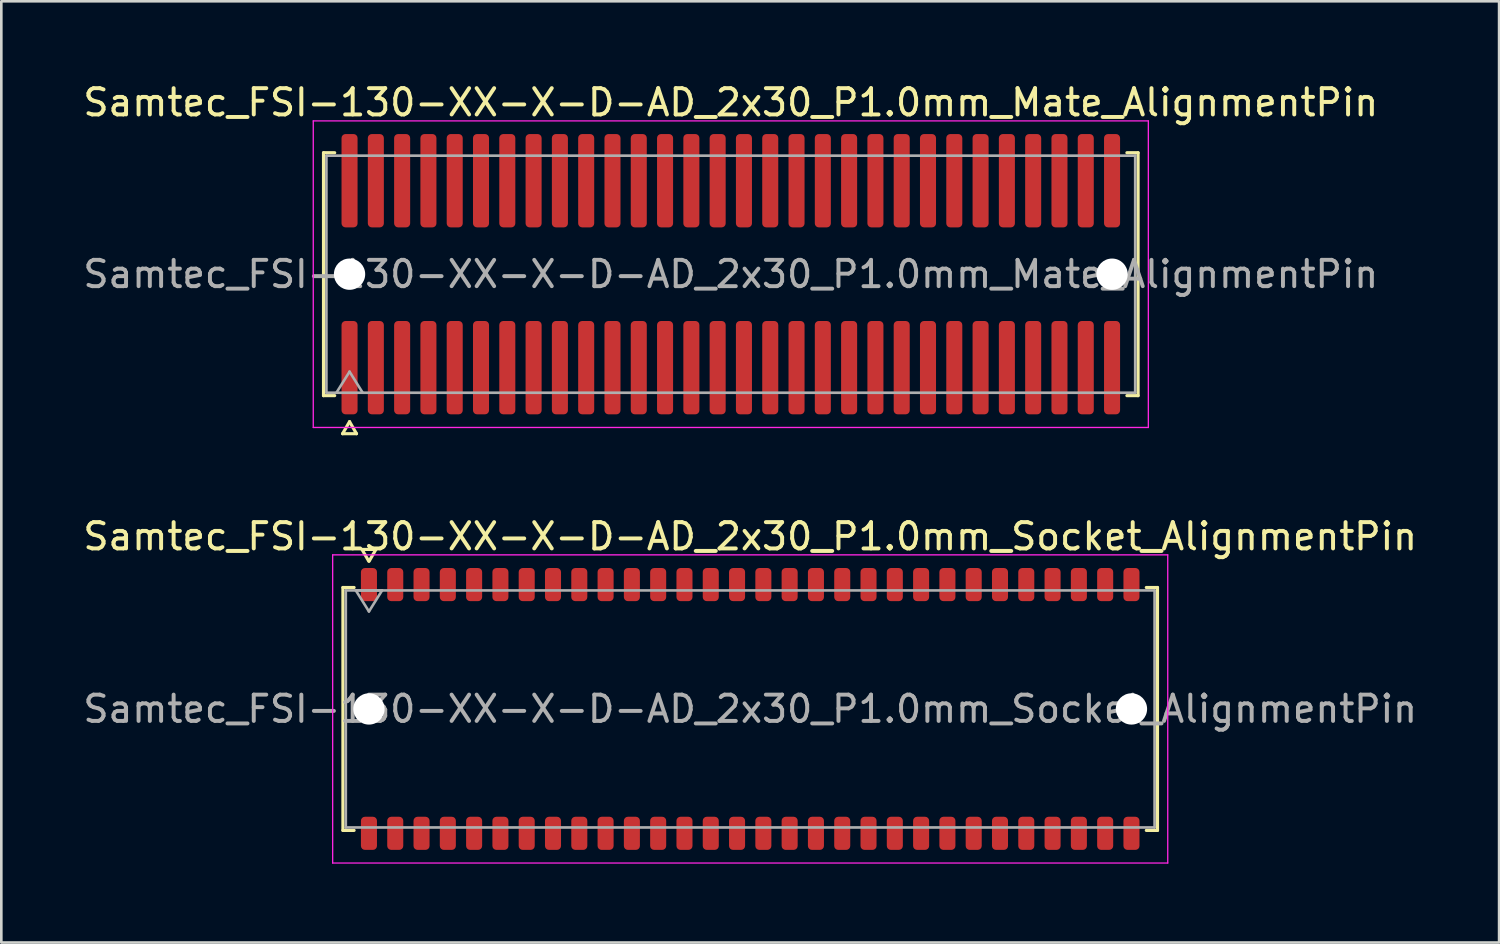
<source format=kicad_pcb>
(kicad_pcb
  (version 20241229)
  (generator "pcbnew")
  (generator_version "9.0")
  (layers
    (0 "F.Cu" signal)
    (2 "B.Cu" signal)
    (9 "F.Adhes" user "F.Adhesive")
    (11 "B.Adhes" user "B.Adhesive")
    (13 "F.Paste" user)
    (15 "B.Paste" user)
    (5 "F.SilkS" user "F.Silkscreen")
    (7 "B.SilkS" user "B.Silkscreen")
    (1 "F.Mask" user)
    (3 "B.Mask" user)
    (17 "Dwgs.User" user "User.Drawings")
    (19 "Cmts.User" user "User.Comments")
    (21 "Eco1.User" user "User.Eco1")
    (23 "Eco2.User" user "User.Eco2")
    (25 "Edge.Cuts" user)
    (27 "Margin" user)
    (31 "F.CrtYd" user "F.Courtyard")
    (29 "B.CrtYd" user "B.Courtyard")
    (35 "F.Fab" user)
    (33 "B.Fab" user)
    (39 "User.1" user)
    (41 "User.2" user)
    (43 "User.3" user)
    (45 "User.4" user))
  (footprint "Samtec_FSI-130-XX-X-D-AD_2x30_P1.0mm_Socket_AlignmentPin"
    (layer "F.Cu")
    (at 25.482 23.913)
    (property "Reference" "Samtec_FSI-130-XX-X-D-AD_2x30_P1.0mm_Socket_AlignmentPin" (at 0 -6.56 0) (layer "F.SilkS") (effects (font (size 1 1) (thickness 0.15))))
    (attr smd)
    (fp_line (start -15.49 -4.619) (end -15.065 -4.619) (stroke (width 0.12) (type solid)) (layer "F.SilkS"))
    (fp_line (start -15.49 4.619) (end -15.49 -4.619) (stroke (width 0.12) (type solid)) (layer "F.SilkS"))
    (fp_line (start -15.065 4.619) (end -15.49 4.619) (stroke (width 0.12) (type solid)) (layer "F.SilkS"))
    (fp_line (start -14.764 -6.066) (end -14.507 -5.62) (stroke (width 0.12) (type solid)) (layer "F.SilkS"))
    (fp_line (start -14.493 -5.62) (end -14.236 -6.066) (stroke (width 0.12) (type solid)) (layer "F.SilkS"))
    (fp_line (start -14.236 -6.066) (end -14.764 -6.066) (stroke (width 0.12) (type solid)) (layer "F.SilkS"))
    (fp_line (start 15.065 -4.619) (end 15.49 -4.619) (stroke (width 0.12) (type solid)) (layer "F.SilkS"))
    (fp_line (start 15.49 -4.619) (end 15.49 4.619) (stroke (width 0.12) (type solid)) (layer "F.SilkS"))
    (fp_line (start 15.49 4.619) (end 15.065 4.619) (stroke (width 0.12) (type solid)) (layer "F.SilkS"))
    (fp_line (start -15.88 -5.86) (end -15.88 5.86) (stroke (width 0.05) (type solid)) (layer "F.CrtYd"))
    (fp_line (start -15.88 5.86) (end 15.88 5.86) (stroke (width 0.05) (type solid)) (layer "F.CrtYd"))
    (fp_line (start 15.88 -5.86) (end -15.88 -5.86) (stroke (width 0.05) (type solid)) (layer "F.CrtYd"))
    (fp_line (start 15.88 5.86) (end 15.88 -5.86) (stroke (width 0.05) (type solid)) (layer "F.CrtYd"))
    (fp_line (start -15.38 -4.508) (end 15.38 -4.508) (stroke (width 0.1) (type solid)) (layer "F.Fab"))
    (fp_line (start -15.38 4.508) (end -15.38 -4.508) (stroke (width 0.1) (type solid)) (layer "F.Fab"))
    (fp_line (start -15 -4.508) (end -14.5 -3.708) (stroke (width 0.1) (type solid)) (layer "F.Fab"))
    (fp_line (start -14.5 -3.708) (end -14 -4.508) (stroke (width 0.1) (type solid)) (layer "F.Fab"))
    (fp_line (start -14 -4.508) (end -15 -4.508) (stroke (width 0.1) (type solid)) (layer "F.Fab"))
    (fp_line (start 15.38 -4.508) (end 15.38 4.508) (stroke (width 0.1) (type solid)) (layer "F.Fab"))
    (fp_line (start 15.38 4.508) (end -15.38 4.508) (stroke (width 0.1) (type solid)) (layer "F.Fab"))
    (fp_text user "${REFERENCE}" (at 0 0 0) (layer "F.Fab") (effects (font (size 1 1) (thickness 0.15))))
    (pad "" np_thru_hole circle (at -14.5 0) (size 1.19 1.19) (drill 1.19) (layers "*.Cu" "*.Mask"))
    (pad "" np_thru_hole circle (at 14.5 0) (size 1.19 1.19) (drill 1.19) (layers "*.Cu" "*.Mask"))
    (pad "1" smd roundrect (at -14.5 -4.73) (size 0.61 1.26) (layers "F.Cu" "F.Mask" "F.Paste") (roundrect_rratio 0.25))
    (pad "2" smd roundrect (at -14.5 4.73) (size 0.61 1.26) (layers "F.Cu" "F.Mask" "F.Paste") (roundrect_rratio 0.25))
    (pad "3" smd roundrect (at -13.5 -4.73) (size 0.61 1.26) (layers "F.Cu" "F.Mask" "F.Paste") (roundrect_rratio 0.25))
    (pad "4" smd roundrect (at -13.5 4.73) (size 0.61 1.26) (layers "F.Cu" "F.Mask" "F.Paste") (roundrect_rratio 0.25))
    (pad "5" smd roundrect (at -12.5 -4.73) (size 0.61 1.26) (layers "F.Cu" "F.Mask" "F.Paste") (roundrect_rratio 0.25))
    (pad "6" smd roundrect (at -12.5 4.73) (size 0.61 1.26) (layers "F.Cu" "F.Mask" "F.Paste") (roundrect_rratio 0.25))
    (pad "7" smd roundrect (at -11.5 -4.73) (size 0.61 1.26) (layers "F.Cu" "F.Mask" "F.Paste") (roundrect_rratio 0.25))
    (pad "8" smd roundrect (at -11.5 4.73) (size 0.61 1.26) (layers "F.Cu" "F.Mask" "F.Paste") (roundrect_rratio 0.25))
    (pad "9" smd roundrect (at -10.5 -4.73) (size 0.61 1.26) (layers "F.Cu" "F.Mask" "F.Paste") (roundrect_rratio 0.25))
    (pad "10" smd roundrect (at -10.5 4.73) (size 0.61 1.26) (layers "F.Cu" "F.Mask" "F.Paste") (roundrect_rratio 0.25))
    (pad "11" smd roundrect (at -9.5 -4.73) (size 0.61 1.26) (layers "F.Cu" "F.Mask" "F.Paste") (roundrect_rratio 0.25))
    (pad "12" smd roundrect (at -9.5 4.73) (size 0.61 1.26) (layers "F.Cu" "F.Mask" "F.Paste") (roundrect_rratio 0.25))
    (pad "13" smd roundrect (at -8.5 -4.73) (size 0.61 1.26) (layers "F.Cu" "F.Mask" "F.Paste") (roundrect_rratio 0.25))
    (pad "14" smd roundrect (at -8.5 4.73) (size 0.61 1.26) (layers "F.Cu" "F.Mask" "F.Paste") (roundrect_rratio 0.25))
    (pad "15" smd roundrect (at -7.5 -4.73) (size 0.61 1.26) (layers "F.Cu" "F.Mask" "F.Paste") (roundrect_rratio 0.25))
    (pad "16" smd roundrect (at -7.5 4.73) (size 0.61 1.26) (layers "F.Cu" "F.Mask" "F.Paste") (roundrect_rratio 0.25))
    (pad "17" smd roundrect (at -6.5 -4.73) (size 0.61 1.26) (layers "F.Cu" "F.Mask" "F.Paste") (roundrect_rratio 0.25))
    (pad "18" smd roundrect (at -6.5 4.73) (size 0.61 1.26) (layers "F.Cu" "F.Mask" "F.Paste") (roundrect_rratio 0.25))
    (pad "19" smd roundrect (at -5.5 -4.73) (size 0.61 1.26) (layers "F.Cu" "F.Mask" "F.Paste") (roundrect_rratio 0.25))
    (pad "20" smd roundrect (at -5.5 4.73) (size 0.61 1.26) (layers "F.Cu" "F.Mask" "F.Paste") (roundrect_rratio 0.25))
    (pad "21" smd roundrect (at -4.5 -4.73) (size 0.61 1.26) (layers "F.Cu" "F.Mask" "F.Paste") (roundrect_rratio 0.25))
    (pad "22" smd roundrect (at -4.5 4.73) (size 0.61 1.26) (layers "F.Cu" "F.Mask" "F.Paste") (roundrect_rratio 0.25))
    (pad "23" smd roundrect (at -3.5 -4.73) (size 0.61 1.26) (layers "F.Cu" "F.Mask" "F.Paste") (roundrect_rratio 0.25))
    (pad "24" smd roundrect (at -3.5 4.73) (size 0.61 1.26) (layers "F.Cu" "F.Mask" "F.Paste") (roundrect_rratio 0.25))
    (pad "25" smd roundrect (at -2.5 -4.73) (size 0.61 1.26) (layers "F.Cu" "F.Mask" "F.Paste") (roundrect_rratio 0.25))
    (pad "26" smd roundrect (at -2.5 4.73) (size 0.61 1.26) (layers "F.Cu" "F.Mask" "F.Paste") (roundrect_rratio 0.25))
    (pad "27" smd roundrect (at -1.5 -4.73) (size 0.61 1.26) (layers "F.Cu" "F.Mask" "F.Paste") (roundrect_rratio 0.25))
    (pad "28" smd roundrect (at -1.5 4.73) (size 0.61 1.26) (layers "F.Cu" "F.Mask" "F.Paste") (roundrect_rratio 0.25))
    (pad "29" smd roundrect (at -0.5 -4.73) (size 0.61 1.26) (layers "F.Cu" "F.Mask" "F.Paste") (roundrect_rratio 0.25))
    (pad "30" smd roundrect (at -0.5 4.73) (size 0.61 1.26) (layers "F.Cu" "F.Mask" "F.Paste") (roundrect_rratio 0.25))
    (pad "31" smd roundrect (at 0.5 -4.73) (size 0.61 1.26) (layers "F.Cu" "F.Mask" "F.Paste") (roundrect_rratio 0.25))
    (pad "32" smd roundrect (at 0.5 4.73) (size 0.61 1.26) (layers "F.Cu" "F.Mask" "F.Paste") (roundrect_rratio 0.25))
    (pad "33" smd roundrect (at 1.5 -4.73) (size 0.61 1.26) (layers "F.Cu" "F.Mask" "F.Paste") (roundrect_rratio 0.25))
    (pad "34" smd roundrect (at 1.5 4.73) (size 0.61 1.26) (layers "F.Cu" "F.Mask" "F.Paste") (roundrect_rratio 0.25))
    (pad "35" smd roundrect (at 2.5 -4.73) (size 0.61 1.26) (layers "F.Cu" "F.Mask" "F.Paste") (roundrect_rratio 0.25))
    (pad "36" smd roundrect (at 2.5 4.73) (size 0.61 1.26) (layers "F.Cu" "F.Mask" "F.Paste") (roundrect_rratio 0.25))
    (pad "37" smd roundrect (at 3.5 -4.73) (size 0.61 1.26) (layers "F.Cu" "F.Mask" "F.Paste") (roundrect_rratio 0.25))
    (pad "38" smd roundrect (at 3.5 4.73) (size 0.61 1.26) (layers "F.Cu" "F.Mask" "F.Paste") (roundrect_rratio 0.25))
    (pad "39" smd roundrect (at 4.5 -4.73) (size 0.61 1.26) (layers "F.Cu" "F.Mask" "F.Paste") (roundrect_rratio 0.25))
    (pad "40" smd roundrect (at 4.5 4.73) (size 0.61 1.26) (layers "F.Cu" "F.Mask" "F.Paste") (roundrect_rratio 0.25))
    (pad "41" smd roundrect (at 5.5 -4.73) (size 0.61 1.26) (layers "F.Cu" "F.Mask" "F.Paste") (roundrect_rratio 0.25))
    (pad "42" smd roundrect (at 5.5 4.73) (size 0.61 1.26) (layers "F.Cu" "F.Mask" "F.Paste") (roundrect_rratio 0.25))
    (pad "43" smd roundrect (at 6.5 -4.73) (size 0.61 1.26) (layers "F.Cu" "F.Mask" "F.Paste") (roundrect_rratio 0.25))
    (pad "44" smd roundrect (at 6.5 4.73) (size 0.61 1.26) (layers "F.Cu" "F.Mask" "F.Paste") (roundrect_rratio 0.25))
    (pad "45" smd roundrect (at 7.5 -4.73) (size 0.61 1.26) (layers "F.Cu" "F.Mask" "F.Paste") (roundrect_rratio 0.25))
    (pad "46" smd roundrect (at 7.5 4.73) (size 0.61 1.26) (layers "F.Cu" "F.Mask" "F.Paste") (roundrect_rratio 0.25))
    (pad "47" smd roundrect (at 8.5 -4.73) (size 0.61 1.26) (layers "F.Cu" "F.Mask" "F.Paste") (roundrect_rratio 0.25))
    (pad "48" smd roundrect (at 8.5 4.73) (size 0.61 1.26) (layers "F.Cu" "F.Mask" "F.Paste") (roundrect_rratio 0.25))
    (pad "49" smd roundrect (at 9.5 -4.73) (size 0.61 1.26) (layers "F.Cu" "F.Mask" "F.Paste") (roundrect_rratio 0.25))
    (pad "50" smd roundrect (at 9.5 4.73) (size 0.61 1.26) (layers "F.Cu" "F.Mask" "F.Paste") (roundrect_rratio 0.25))
    (pad "51" smd roundrect (at 10.5 -4.73) (size 0.61 1.26) (layers "F.Cu" "F.Mask" "F.Paste") (roundrect_rratio 0.25))
    (pad "52" smd roundrect (at 10.5 4.73) (size 0.61 1.26) (layers "F.Cu" "F.Mask" "F.Paste") (roundrect_rratio 0.25))
    (pad "53" smd roundrect (at 11.5 -4.73) (size 0.61 1.26) (layers "F.Cu" "F.Mask" "F.Paste") (roundrect_rratio 0.25))
    (pad "54" smd roundrect (at 11.5 4.73) (size 0.61 1.26) (layers "F.Cu" "F.Mask" "F.Paste") (roundrect_rratio 0.25))
    (pad "55" smd roundrect (at 12.5 -4.73) (size 0.61 1.26) (layers "F.Cu" "F.Mask" "F.Paste") (roundrect_rratio 0.25))
    (pad "56" smd roundrect (at 12.5 4.73) (size 0.61 1.26) (layers "F.Cu" "F.Mask" "F.Paste") (roundrect_rratio 0.25))
    (pad "57" smd roundrect (at 13.5 -4.73) (size 0.61 1.26) (layers "F.Cu" "F.Mask" "F.Paste") (roundrect_rratio 0.25))
    (pad "58" smd roundrect (at 13.5 4.73) (size 0.61 1.26) (layers "F.Cu" "F.Mask" "F.Paste") (roundrect_rratio 0.25))
    (pad "59" smd roundrect (at 14.5 -4.73) (size 0.61 1.26) (layers "F.Cu" "F.Mask" "F.Paste") (roundrect_rratio 0.25))
    (pad "60" smd roundrect (at 14.5 4.73) (size 0.61 1.26) (layers "F.Cu" "F.Mask" "F.Paste") (roundrect_rratio 0.25)))
  (footprint "Samtec_FSI-130-XX-X-D-AD_2x30_P1.0mm_Mate_AlignmentPin"
    (layer "F.Cu")
    (at 24.744 7.378)
    (property "Reference" "Samtec_FSI-130-XX-X-D-AD_2x30_P1.0mm_Mate_AlignmentPin" (at 0 -6.53 0) (layer "F.SilkS") (effects (font (size 1 1) (thickness 0.15))))
    (attr smd exclude_from_pos_files exclude_from_bom)
    (fp_line (start -15.49 -4.619) (end -15.065 -4.619) (stroke (width 0.12) (type solid)) (layer "F.SilkS"))
    (fp_line (start -15.49 4.619) (end -15.49 -4.619) (stroke (width 0.12) (type solid)) (layer "F.SilkS"))
    (fp_line (start -15.065 4.619) (end -15.49 4.619) (stroke (width 0.12) (type solid)) (layer "F.SilkS"))
    (fp_line (start -14.764 6.066) (end -14.5 5.609) (stroke (width 0.12) (type solid)) (layer "F.SilkS"))
    (fp_line (start -14.5 5.609) (end -14.236 6.066) (stroke (width 0.12) (type solid)) (layer "F.SilkS"))
    (fp_line (start -14.236 6.066) (end -14.764 6.066) (stroke (width 0.12) (type solid)) (layer "F.SilkS"))
    (fp_line (start 15.065 -4.619) (end 15.49 -4.619) (stroke (width 0.12) (type solid)) (layer "F.SilkS"))
    (fp_line (start 15.49 -4.619) (end 15.49 4.619) (stroke (width 0.12) (type solid)) (layer "F.SilkS"))
    (fp_line (start 15.49 4.619) (end 15.065 4.619) (stroke (width 0.12) (type solid)) (layer "F.SilkS"))
    (fp_line (start -15.88 -5.83) (end -15.88 5.83) (stroke (width 0.05) (type solid)) (layer "F.CrtYd"))
    (fp_line (start -15.88 5.83) (end 15.88 5.83) (stroke (width 0.05) (type solid)) (layer "F.CrtYd"))
    (fp_line (start 15.88 -5.83) (end -15.88 -5.83) (stroke (width 0.05) (type solid)) (layer "F.CrtYd"))
    (fp_line (start 15.88 5.83) (end 15.88 -5.83) (stroke (width 0.05) (type solid)) (layer "F.CrtYd"))
    (fp_line (start -15.38 -4.508) (end 15.38 -4.508) (stroke (width 0.1) (type solid)) (layer "F.Fab"))
    (fp_line (start -15.38 4.508) (end -15.38 -4.508) (stroke (width 0.1) (type solid)) (layer "F.Fab"))
    (fp_line (start -15 4.508) (end -14.5 3.708) (stroke (width 0.1) (type solid)) (layer "F.Fab"))
    (fp_line (start -14.5 3.708) (end -14 4.508) (stroke (width 0.1) (type solid)) (layer "F.Fab"))
    (fp_line (start 15.38 -4.508) (end 15.38 4.508) (stroke (width 0.1) (type solid)) (layer "F.Fab"))
    (fp_line (start 15.38 4.508) (end -15.38 4.508) (stroke (width 0.1) (type solid)) (layer "F.Fab"))
    (fp_text user "${REFERENCE}" (at 0 0 0) (layer "F.Fab") (effects (font (size 1 1) (thickness 0.15))))
    (pad "" np_thru_hole circle (at -14.5 0) (size 1.19 1.19) (drill 1.19) (layers "*.Cu" "*.Mask"))
    (pad "" np_thru_hole circle (at 14.5 0) (size 1.19 1.19) (drill 1.19) (layers "*.Cu" "*.Mask"))
    (pad "1" smd roundrect (at -14.5 3.555) (size 0.61 3.55) (layers "F.Cu" "F.Mask") (roundrect_rratio 0.25))
    (pad "2" smd roundrect (at -14.5 -3.555) (size 0.61 3.55) (layers "F.Cu" "F.Mask") (roundrect_rratio 0.25))
    (pad "3" smd roundrect (at -13.5 3.555) (size 0.61 3.55) (layers "F.Cu" "F.Mask") (roundrect_rratio 0.25))
    (pad "4" smd roundrect (at -13.5 -3.555) (size 0.61 3.55) (layers "F.Cu" "F.Mask") (roundrect_rratio 0.25))
    (pad "5" smd roundrect (at -12.5 3.555) (size 0.61 3.55) (layers "F.Cu" "F.Mask") (roundrect_rratio 0.25))
    (pad "6" smd roundrect (at -12.5 -3.555) (size 0.61 3.55) (layers "F.Cu" "F.Mask") (roundrect_rratio 0.25))
    (pad "7" smd roundrect (at -11.5 3.555) (size 0.61 3.55) (layers "F.Cu" "F.Mask") (roundrect_rratio 0.25))
    (pad "8" smd roundrect (at -11.5 -3.555) (size 0.61 3.55) (layers "F.Cu" "F.Mask") (roundrect_rratio 0.25))
    (pad "9" smd roundrect (at -10.5 3.555) (size 0.61 3.55) (layers "F.Cu" "F.Mask") (roundrect_rratio 0.25))
    (pad "10" smd roundrect (at -10.5 -3.555) (size 0.61 3.55) (layers "F.Cu" "F.Mask") (roundrect_rratio 0.25))
    (pad "11" smd roundrect (at -9.5 3.555) (size 0.61 3.55) (layers "F.Cu" "F.Mask") (roundrect_rratio 0.25))
    (pad "12" smd roundrect (at -9.5 -3.555) (size 0.61 3.55) (layers "F.Cu" "F.Mask") (roundrect_rratio 0.25))
    (pad "13" smd roundrect (at -8.5 3.555) (size 0.61 3.55) (layers "F.Cu" "F.Mask") (roundrect_rratio 0.25))
    (pad "14" smd roundrect (at -8.5 -3.555) (size 0.61 3.55) (layers "F.Cu" "F.Mask") (roundrect_rratio 0.25))
    (pad "15" smd roundrect (at -7.5 3.555) (size 0.61 3.55) (layers "F.Cu" "F.Mask") (roundrect_rratio 0.25))
    (pad "16" smd roundrect (at -7.5 -3.555) (size 0.61 3.55) (layers "F.Cu" "F.Mask") (roundrect_rratio 0.25))
    (pad "17" smd roundrect (at -6.5 3.555) (size 0.61 3.55) (layers "F.Cu" "F.Mask") (roundrect_rratio 0.25))
    (pad "18" smd roundrect (at -6.5 -3.555) (size 0.61 3.55) (layers "F.Cu" "F.Mask") (roundrect_rratio 0.25))
    (pad "19" smd roundrect (at -5.5 3.555) (size 0.61 3.55) (layers "F.Cu" "F.Mask") (roundrect_rratio 0.25))
    (pad "20" smd roundrect (at -5.5 -3.555) (size 0.61 3.55) (layers "F.Cu" "F.Mask") (roundrect_rratio 0.25))
    (pad "21" smd roundrect (at -4.5 3.555) (size 0.61 3.55) (layers "F.Cu" "F.Mask") (roundrect_rratio 0.25))
    (pad "22" smd roundrect (at -4.5 -3.555) (size 0.61 3.55) (layers "F.Cu" "F.Mask") (roundrect_rratio 0.25))
    (pad "23" smd roundrect (at -3.5 3.555) (size 0.61 3.55) (layers "F.Cu" "F.Mask") (roundrect_rratio 0.25))
    (pad "24" smd roundrect (at -3.5 -3.555) (size 0.61 3.55) (layers "F.Cu" "F.Mask") (roundrect_rratio 0.25))
    (pad "25" smd roundrect (at -2.5 3.555) (size 0.61 3.55) (layers "F.Cu" "F.Mask") (roundrect_rratio 0.25))
    (pad "26" smd roundrect (at -2.5 -3.555) (size 0.61 3.55) (layers "F.Cu" "F.Mask") (roundrect_rratio 0.25))
    (pad "27" smd roundrect (at -1.5 3.555) (size 0.61 3.55) (layers "F.Cu" "F.Mask") (roundrect_rratio 0.25))
    (pad "28" smd roundrect (at -1.5 -3.555) (size 0.61 3.55) (layers "F.Cu" "F.Mask") (roundrect_rratio 0.25))
    (pad "29" smd roundrect (at -0.5 3.555) (size 0.61 3.55) (layers "F.Cu" "F.Mask") (roundrect_rratio 0.25))
    (pad "30" smd roundrect (at -0.5 -3.555) (size 0.61 3.55) (layers "F.Cu" "F.Mask") (roundrect_rratio 0.25))
    (pad "31" smd roundrect (at 0.5 3.555) (size 0.61 3.55) (layers "F.Cu" "F.Mask") (roundrect_rratio 0.25))
    (pad "32" smd roundrect (at 0.5 -3.555) (size 0.61 3.55) (layers "F.Cu" "F.Mask") (roundrect_rratio 0.25))
    (pad "33" smd roundrect (at 1.5 3.555) (size 0.61 3.55) (layers "F.Cu" "F.Mask") (roundrect_rratio 0.25))
    (pad "34" smd roundrect (at 1.5 -3.555) (size 0.61 3.55) (layers "F.Cu" "F.Mask") (roundrect_rratio 0.25))
    (pad "35" smd roundrect (at 2.5 3.555) (size 0.61 3.55) (layers "F.Cu" "F.Mask") (roundrect_rratio 0.25))
    (pad "36" smd roundrect (at 2.5 -3.555) (size 0.61 3.55) (layers "F.Cu" "F.Mask") (roundrect_rratio 0.25))
    (pad "37" smd roundrect (at 3.5 3.555) (size 0.61 3.55) (layers "F.Cu" "F.Mask") (roundrect_rratio 0.25))
    (pad "38" smd roundrect (at 3.5 -3.555) (size 0.61 3.55) (layers "F.Cu" "F.Mask") (roundrect_rratio 0.25))
    (pad "39" smd roundrect (at 4.5 3.555) (size 0.61 3.55) (layers "F.Cu" "F.Mask") (roundrect_rratio 0.25))
    (pad "40" smd roundrect (at 4.5 -3.555) (size 0.61 3.55) (layers "F.Cu" "F.Mask") (roundrect_rratio 0.25))
    (pad "41" smd roundrect (at 5.5 3.555) (size 0.61 3.55) (layers "F.Cu" "F.Mask") (roundrect_rratio 0.25))
    (pad "42" smd roundrect (at 5.5 -3.555) (size 0.61 3.55) (layers "F.Cu" "F.Mask") (roundrect_rratio 0.25))
    (pad "43" smd roundrect (at 6.5 3.555) (size 0.61 3.55) (layers "F.Cu" "F.Mask") (roundrect_rratio 0.25))
    (pad "44" smd roundrect (at 6.5 -3.555) (size 0.61 3.55) (layers "F.Cu" "F.Mask") (roundrect_rratio 0.25))
    (pad "45" smd roundrect (at 7.5 3.555) (size 0.61 3.55) (layers "F.Cu" "F.Mask") (roundrect_rratio 0.25))
    (pad "46" smd roundrect (at 7.5 -3.555) (size 0.61 3.55) (layers "F.Cu" "F.Mask") (roundrect_rratio 0.25))
    (pad "47" smd roundrect (at 8.5 3.555) (size 0.61 3.55) (layers "F.Cu" "F.Mask") (roundrect_rratio 0.25))
    (pad "48" smd roundrect (at 8.5 -3.555) (size 0.61 3.55) (layers "F.Cu" "F.Mask") (roundrect_rratio 0.25))
    (pad "49" smd roundrect (at 9.5 3.555) (size 0.61 3.55) (layers "F.Cu" "F.Mask") (roundrect_rratio 0.25))
    (pad "50" smd roundrect (at 9.5 -3.555) (size 0.61 3.55) (layers "F.Cu" "F.Mask") (roundrect_rratio 0.25))
    (pad "51" smd roundrect (at 10.5 3.555) (size 0.61 3.55) (layers "F.Cu" "F.Mask") (roundrect_rratio 0.25))
    (pad "52" smd roundrect (at 10.5 -3.555) (size 0.61 3.55) (layers "F.Cu" "F.Mask") (roundrect_rratio 0.25))
    (pad "53" smd roundrect (at 11.5 3.555) (size 0.61 3.55) (layers "F.Cu" "F.Mask") (roundrect_rratio 0.25))
    (pad "54" smd roundrect (at 11.5 -3.555) (size 0.61 3.55) (layers "F.Cu" "F.Mask") (roundrect_rratio 0.25))
    (pad "55" smd roundrect (at 12.5 3.555) (size 0.61 3.55) (layers "F.Cu" "F.Mask") (roundrect_rratio 0.25))
    (pad "56" smd roundrect (at 12.5 -3.555) (size 0.61 3.55) (layers "F.Cu" "F.Mask") (roundrect_rratio 0.25))
    (pad "57" smd roundrect (at 13.5 3.555) (size 0.61 3.55) (layers "F.Cu" "F.Mask") (roundrect_rratio 0.25))
    (pad "58" smd roundrect (at 13.5 -3.555) (size 0.61 3.55) (layers "F.Cu" "F.Mask") (roundrect_rratio 0.25))
    (pad "59" smd roundrect (at 14.5 3.555) (size 0.61 3.55) (layers "F.Cu" "F.Mask") (roundrect_rratio 0.25))
    (pad "60" smd roundrect (at 14.5 -3.555) (size 0.61 3.55) (layers "F.Cu" "F.Mask") (roundrect_rratio 0.25)))
  (gr_rect
    (start -3 -3)
    (end 53.964 32.797)
    (stroke (width 0.1) (type default))
    (fill no)
    (layer "Edge.Cuts")))
</source>
